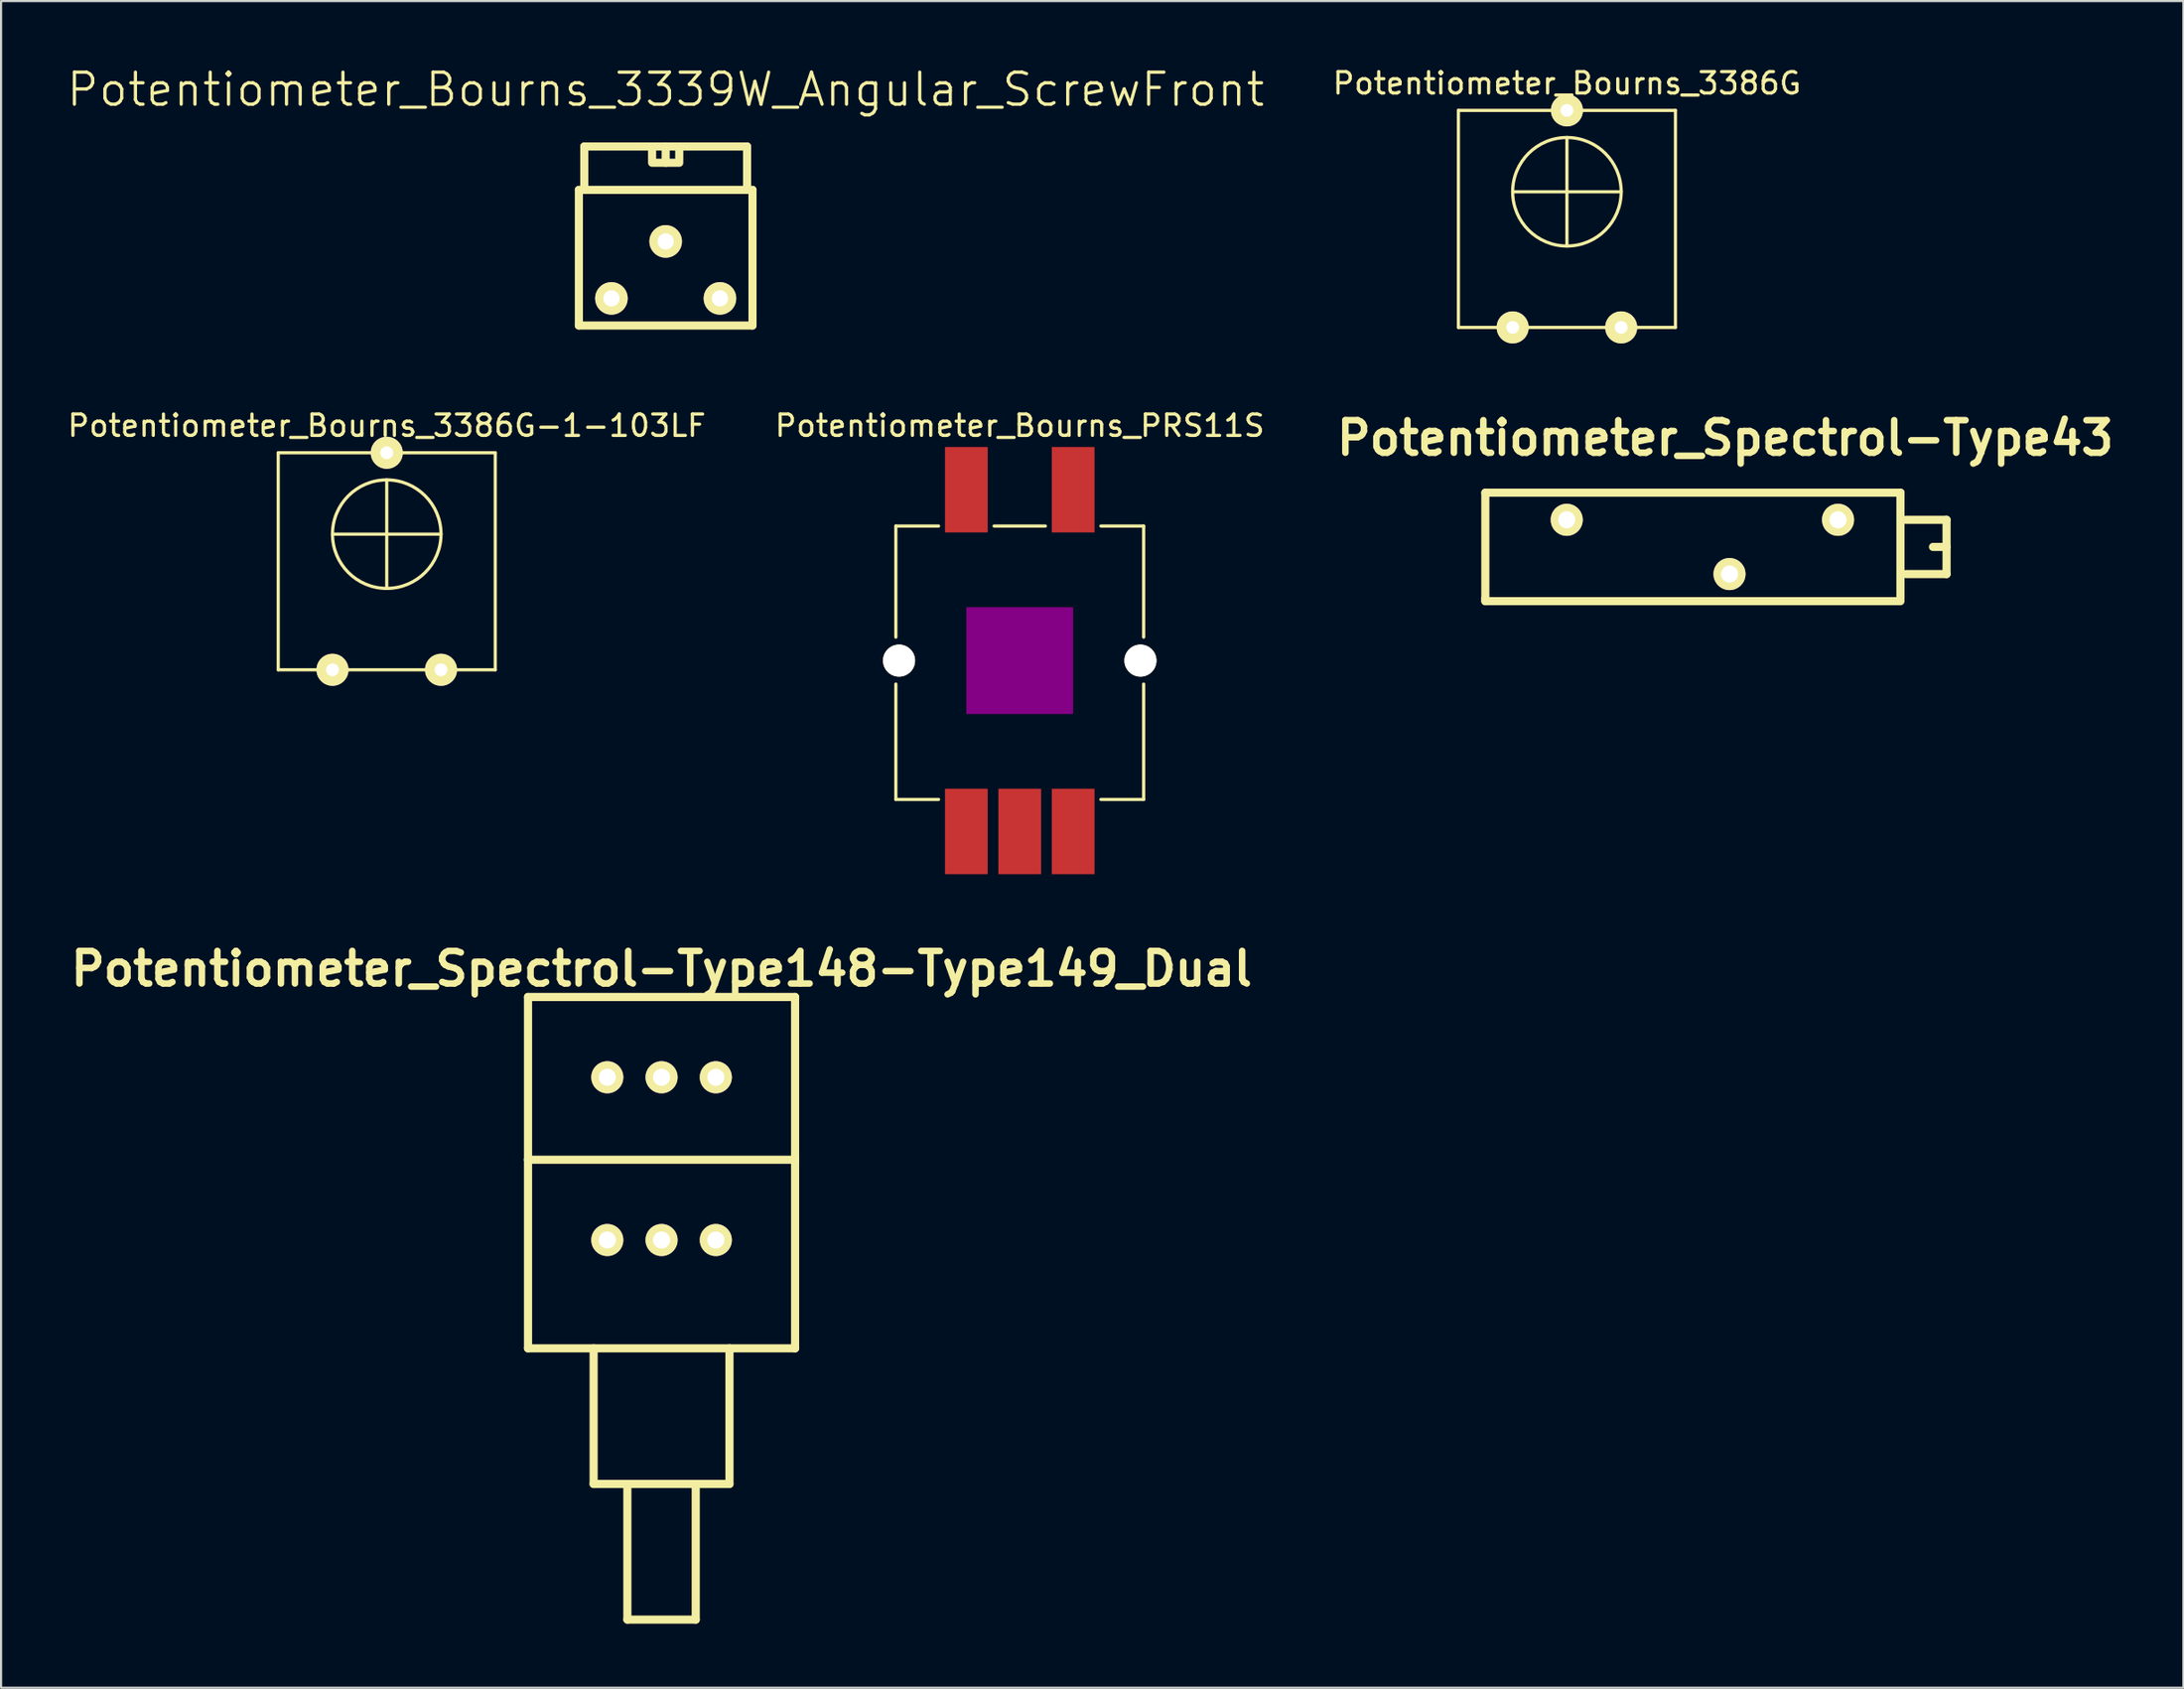
<source format=kicad_pcb>
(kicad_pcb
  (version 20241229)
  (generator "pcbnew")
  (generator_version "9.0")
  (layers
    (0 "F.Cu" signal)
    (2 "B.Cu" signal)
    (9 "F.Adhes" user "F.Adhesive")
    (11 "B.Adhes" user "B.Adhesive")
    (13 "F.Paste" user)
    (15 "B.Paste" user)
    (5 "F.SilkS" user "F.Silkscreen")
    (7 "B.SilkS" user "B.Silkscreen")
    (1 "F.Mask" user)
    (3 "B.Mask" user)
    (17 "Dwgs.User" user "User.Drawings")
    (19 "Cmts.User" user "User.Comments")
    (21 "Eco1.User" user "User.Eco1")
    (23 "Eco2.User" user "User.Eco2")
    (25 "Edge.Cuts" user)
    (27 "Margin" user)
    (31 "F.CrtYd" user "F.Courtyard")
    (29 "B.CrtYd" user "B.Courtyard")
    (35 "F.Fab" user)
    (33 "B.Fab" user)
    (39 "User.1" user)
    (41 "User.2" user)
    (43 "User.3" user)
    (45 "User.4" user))
  (footprint "Potentiometer_Bourns_3386G-1-103LF"
    (layer "F.Cu")
    (at 15.054 23.227)
    (property "Reference" "Potentiometer_Bourns_3386G-1-103LF" (at 0 -6.35 0) (layer "F.SilkS") (effects (font (size 1 1) (thickness 0.15))))
    (attr through_hole)
    (fp_line (start -5.08 -5.08) (end 5.08 -5.08) (stroke (width 0.15) (type solid)) (layer "F.SilkS"))
    (fp_line (start -5.08 5.08) (end -5.08 -5.08) (stroke (width 0.15) (type solid)) (layer "F.SilkS"))
    (fp_line (start -2.54 -1.27) (end 2.54 -1.27) (stroke (width 0.15) (type solid)) (layer "F.SilkS"))
    (fp_line (start 0 -3.81) (end 0 1.27) (stroke (width 0.15) (type solid)) (layer "F.SilkS"))
    (fp_line (start 5.08 -5.08) (end 5.08 5.08) (stroke (width 0.15) (type solid)) (layer "F.SilkS"))
    (fp_line (start 5.08 5.08) (end -5.08 5.08) (stroke (width 0.15) (type solid)) (layer "F.SilkS"))
    (fp_circle (center 0 -1.27) (end 0 -3.81) (stroke (width 0.15) (type solid)) (fill no) (layer "F.SilkS"))
    (pad "1" thru_hole circle (at -2.54 5.08) (size 1.5 1.5) (drill 0.6) (layers "*.Cu" "*.Mask" "F.SilkS"))
    (pad "2" thru_hole circle (at 0 -5.08) (size 1.5 1.5) (drill 0.6) (layers "*.Cu" "*.Mask" "F.SilkS"))
    (pad "3" thru_hole circle (at 2.54 5.08) (size 1.5 1.5) (drill 0.6) (layers "*.Cu" "*.Mask" "F.SilkS")))
  (footprint "Potentiometer_Spectrol-Type148-Type149_Dual"
    (layer "F.Cu")
    (at 27.918 55.003)
    (property "Reference" "Potentiometer_Spectrol-Type148-Type149_Dual" (at 0 -12.7 0) (layer "F.SilkS") (effects (font (size 1.524 1.524) (thickness 0.305))))
    (attr through_hole)
    (fp_line (start -6.251 -11.379) (end -6.251 -3.759) (stroke (width 0.381) (type solid)) (layer "F.SilkS"))
    (fp_line (start -6.251 -3.759) (end 6.251 -3.759) (stroke (width 0.381) (type solid)) (layer "F.SilkS"))
    (fp_line (start -6.251 5.07) (end -6.251 -3.759) (stroke (width 0.381) (type solid)) (layer "F.SilkS"))
    (fp_line (start -3.18 11.42) (end -3.18 5.07) (stroke (width 0.381) (type solid)) (layer "F.SilkS"))
    (fp_line (start -3.18 11.42) (end 3.18 11.42) (stroke (width 0.381) (type solid)) (layer "F.SilkS"))
    (fp_line (start -1.6 17.77) (end -1.6 11.42) (stroke (width 0.381) (type solid)) (layer "F.SilkS"))
    (fp_line (start 1.6 11.42) (end 1.6 17.77) (stroke (width 0.381) (type solid)) (layer "F.SilkS"))
    (fp_line (start 1.6 17.77) (end -1.6 17.77) (stroke (width 0.381) (type solid)) (layer "F.SilkS"))
    (fp_line (start 3.18 5.07) (end 3.18 11.42) (stroke (width 0.381) (type solid)) (layer "F.SilkS"))
    (fp_line (start 6.251 -11.379) (end -6.251 -11.379) (stroke (width 0.381) (type solid)) (layer "F.SilkS"))
    (fp_line (start 6.251 -3.759) (end 6.251 -11.379) (stroke (width 0.381) (type solid)) (layer "F.SilkS"))
    (fp_line (start 6.251 -3.759) (end 6.251 5.07) (stroke (width 0.381) (type solid)) (layer "F.SilkS"))
    (fp_line (start 6.251 5.07) (end -6.251 5.07) (stroke (width 0.381) (type solid)) (layer "F.SilkS"))
    (pad "11" thru_hole circle (at -2.54 0) (size 1.501 1.501) (drill 0.8) (layers "*.Cu" "*.Mask" "F.SilkS"))
    (pad "12" thru_hole circle (at 0 0) (size 1.501 1.501) (drill 0.8) (layers "*.Cu" "*.Mask" "F.SilkS"))
    (pad "13" thru_hole circle (at 2.54 0) (size 1.501 1.501) (drill 0.8) (layers "*.Cu" "*.Mask" "F.SilkS"))
    (pad "21" thru_hole circle (at -2.54 -7.62) (size 1.501 1.501) (drill 0.8) (layers "*.Cu" "*.Mask" "F.SilkS"))
    (pad "22" thru_hole circle (at 0 -7.62) (size 1.501 1.501) (drill 0.8) (layers "*.Cu" "*.Mask" "F.SilkS"))
    (pad "23" thru_hole circle (at 2.54 -7.62) (size 1.501 1.501) (drill 0.8) (layers "*.Cu" "*.Mask" "F.SilkS")))
  (footprint "Potentiometer_Spectrol-Type43"
    (layer "F.Cu")
    (at 70.29 21.285)
    (property "Reference" "Potentiometer_Spectrol-Type43" (at 7.419 -3.83 0) (layer "F.SilkS") (effects (font (size 1.524 1.524) (thickness 0.305))))
    (attr through_hole)
    (fp_line (start -3.81 -1.27) (end -3.81 3.683) (stroke (width 0.381) (type solid)) (layer "F.SilkS"))
    (fp_line (start -3.81 3.683) (end -3.81 3.81) (stroke (width 0.381) (type solid)) (layer "F.SilkS"))
    (fp_line (start -3.81 3.81) (end 15.621 3.81) (stroke (width 0.381) (type solid)) (layer "F.SilkS"))
    (fp_line (start 15.621 -1.27) (end -3.81 -1.27) (stroke (width 0.381) (type solid)) (layer "F.SilkS"))
    (fp_line (start 15.621 3.683) (end 15.621 -1.27) (stroke (width 0.381) (type solid)) (layer "F.SilkS"))
    (fp_line (start 15.875 0) (end 17.78 0) (stroke (width 0.381) (type solid)) (layer "F.SilkS"))
    (fp_line (start 17.145 1.27) (end 17.78 1.27) (stroke (width 0.381) (type solid)) (layer "F.SilkS"))
    (fp_line (start 17.78 0) (end 17.78 2.54) (stroke (width 0.381) (type solid)) (layer "F.SilkS"))
    (fp_line (start 17.78 2.54) (end 15.875 2.54) (stroke (width 0.381) (type solid)) (layer "F.SilkS"))
    (pad "1" thru_hole circle (at 0 0) (size 1.501 1.501) (drill 0.8) (layers "*.Cu" "*.Mask" "F.SilkS"))
    (pad "2" thru_hole circle (at 7.62 2.54) (size 1.501 1.501) (drill 0.8) (layers "*.Cu" "*.Mask" "F.SilkS"))
    (pad "3" thru_hole circle (at 12.7 0) (size 1.501 1.501) (drill 0.8) (layers "*.Cu" "*.Mask" "F.SilkS")))
  (footprint "Potentiometer_Bourns_3339W_Angular_ScrewFront"
    (layer "F.Cu")
    (at 28.111 8.761)
    (property "Reference" "Potentiometer_Bourns_3339W_Angular_ScrewFront" (at 0 -7.62 0) (layer "F.SilkS") (effects (font (size 1.5 1.5) (thickness 0.15))))
    (attr through_hole)
    (fp_line (start -4.064 -2.921) (end -4.064 3.429) (stroke (width 0.38) (type solid)) (layer "F.SilkS"))
    (fp_line (start -4.064 -2.921) (end 4.064 -2.921) (stroke (width 0.38) (type solid)) (layer "F.SilkS"))
    (fp_line (start -4.064 3.429) (end 4.064 3.429) (stroke (width 0.38) (type solid)) (layer "F.SilkS"))
    (fp_line (start -3.81 -4.953) (end -3.81 -3.048) (stroke (width 0.38) (type solid)) (layer "F.SilkS"))
    (fp_line (start -3.81 -4.953) (end 3.81 -4.953) (stroke (width 0.38) (type solid)) (layer "F.SilkS"))
    (fp_line (start -0.635 -4.318) (end -0.635 -4.826) (stroke (width 0.38) (type solid)) (layer "F.SilkS"))
    (fp_line (start 0 -4.953) (end 0 -4.318) (stroke (width 0.38) (type solid)) (layer "F.SilkS"))
    (fp_line (start 0 -4.191) (end -0.635 -4.191) (stroke (width 0.38) (type solid)) (layer "F.SilkS"))
    (fp_line (start 0 -4.191) (end 0.635 -4.191) (stroke (width 0.38) (type solid)) (layer "F.SilkS"))
    (fp_line (start 0.635 -4.318) (end 0.635 -4.826) (stroke (width 0.38) (type solid)) (layer "F.SilkS"))
    (fp_line (start 3.81 -4.953) (end 3.81 -3.048) (stroke (width 0.38) (type solid)) (layer "F.SilkS"))
    (fp_line (start 4.064 -2.921) (end 4.064 3.429) (stroke (width 0.38) (type solid)) (layer "F.SilkS"))
    (pad "1" thru_hole circle (at 2.54 2.159) (size 1.524 1.524) (drill 0.762) (layers "*.Cu" "*.Mask" "F.SilkS"))
    (pad "2" thru_hole circle (at 0 -0.508) (size 1.524 1.524) (drill 0.762) (layers "*.Cu" "*.Mask" "F.SilkS"))
    (pad "3" thru_hole circle (at -2.54 2.159) (size 1.524 1.524) (drill 0.762) (layers "*.Cu" "*.Mask" "F.SilkS")))
  (footprint "Potentiometer_Bourns_3386G"
    (layer "F.Cu")
    (at 70.299 7.198)
    (property "Reference" "Potentiometer_Bourns_3386G" (at 0 -6.35 0) (layer "F.SilkS") (effects (font (size 1 1) (thickness 0.15))))
    (attr through_hole)
    (fp_line (start -5.08 -5.08) (end 5.08 -5.08) (stroke (width 0.15) (type solid)) (layer "F.SilkS"))
    (fp_line (start -5.08 5.08) (end -5.08 -5.08) (stroke (width 0.15) (type solid)) (layer "F.SilkS"))
    (fp_line (start -2.54 -1.27) (end 2.54 -1.27) (stroke (width 0.15) (type solid)) (layer "F.SilkS"))
    (fp_line (start 0 -3.81) (end 0 1.27) (stroke (width 0.15) (type solid)) (layer "F.SilkS"))
    (fp_line (start 5.08 -5.08) (end 5.08 5.08) (stroke (width 0.15) (type solid)) (layer "F.SilkS"))
    (fp_line (start 5.08 5.08) (end -5.08 5.08) (stroke (width 0.15) (type solid)) (layer "F.SilkS"))
    (fp_circle (center 0 -1.27) (end 0 -3.81) (stroke (width 0.15) (type solid)) (fill no) (layer "F.SilkS"))
    (pad "1" thru_hole circle (at -2.54 5.08) (size 1.5 1.5) (drill 0.6) (layers "*.Cu" "*.Mask" "F.SilkS"))
    (pad "2" thru_hole circle (at 0 -5.08) (size 1.5 1.5) (drill 0.6) (layers "*.Cu" "*.Mask" "F.SilkS"))
    (pad "3" thru_hole circle (at 2.54 5.08) (size 1.5 1.5) (drill 0.6) (layers "*.Cu" "*.Mask" "F.SilkS")))
  (footprint "Potentiometer_Bourns_PRS11S"
    (layer "F.Cu")
    (at 44.685 27.877)
    (property "Reference" "Potentiometer_Bourns_PRS11S" (at 0 -11 0) (layer "F.SilkS") (effects (font (size 1 1) (thickness 0.15))))
    (attr through_hole)
    (fp_line (start -5.8 -6.3) (end -3.8 -6.3) (stroke (width 0.15) (type solid)) (layer "F.SilkS"))
    (fp_line (start -5.8 -1.1) (end -5.8 -6.3) (stroke (width 0.15) (type solid)) (layer "F.SilkS"))
    (fp_line (start -5.8 6.5) (end -5.8 1.1) (stroke (width 0.15) (type solid)) (layer "F.SilkS"))
    (fp_line (start -3.8 6.5) (end -5.8 6.5) (stroke (width 0.15) (type solid)) (layer "F.SilkS"))
    (fp_line (start -1.2 -6.3) (end 1.2 -6.3) (stroke (width 0.15) (type solid)) (layer "F.SilkS"))
    (fp_line (start 3.8 -6.3) (end 5.8 -6.3) (stroke (width 0.15) (type solid)) (layer "F.SilkS"))
    (fp_line (start 5.8 -6.3) (end 5.8 -1.1) (stroke (width 0.15) (type solid)) (layer "F.SilkS"))
    (fp_line (start 5.8 1.1) (end 5.8 6.5) (stroke (width 0.15) (type solid)) (layer "F.SilkS"))
    (fp_line (start 5.8 6.5) (end 3.8 6.5) (stroke (width 0.15) (type solid)) (layer "F.SilkS"))
    (pad "" np_thru_hole circle (at -5.65 0) (size 1.5 1.5) (drill 1.5) (layers "*.Cu" "*.Mask" "F.SilkS"))
    (pad "" smd rect (at 0 0) (size 5 5) (layers "F.Mask" "F.Adhes"))
    (pad "" np_thru_hole circle (at 5.65 0) (size 1.5 1.5) (drill 1.5) (layers "*.Cu" "*.Mask" "F.SilkS"))
    (pad "1" smd rect (at -2.5 8) (size 2 4) (layers "F.Cu" "F.Mask" "F.Paste"))
    (pad "2" smd rect (at 0 8) (size 2 4) (layers "F.Cu" "F.Mask" "F.Paste"))
    (pad "3" smd rect (at 2.5 8) (size 2 4) (layers "F.Cu" "F.Mask" "F.Paste"))
    (pad "4" smd rect (at -2.5 -8) (size 2 4) (layers "F.Cu" "F.Mask" "F.Paste"))
    (pad "5" smd rect (at 2.5 -8) (size 2 4) (layers "F.Cu" "F.Mask" "F.Paste")))
  (gr_rect
    (start -3 -3)
    (end 99.157 75.963)
    (stroke (width 0.1) (type default))
    (fill no)
    (layer "Edge.Cuts")))
</source>
